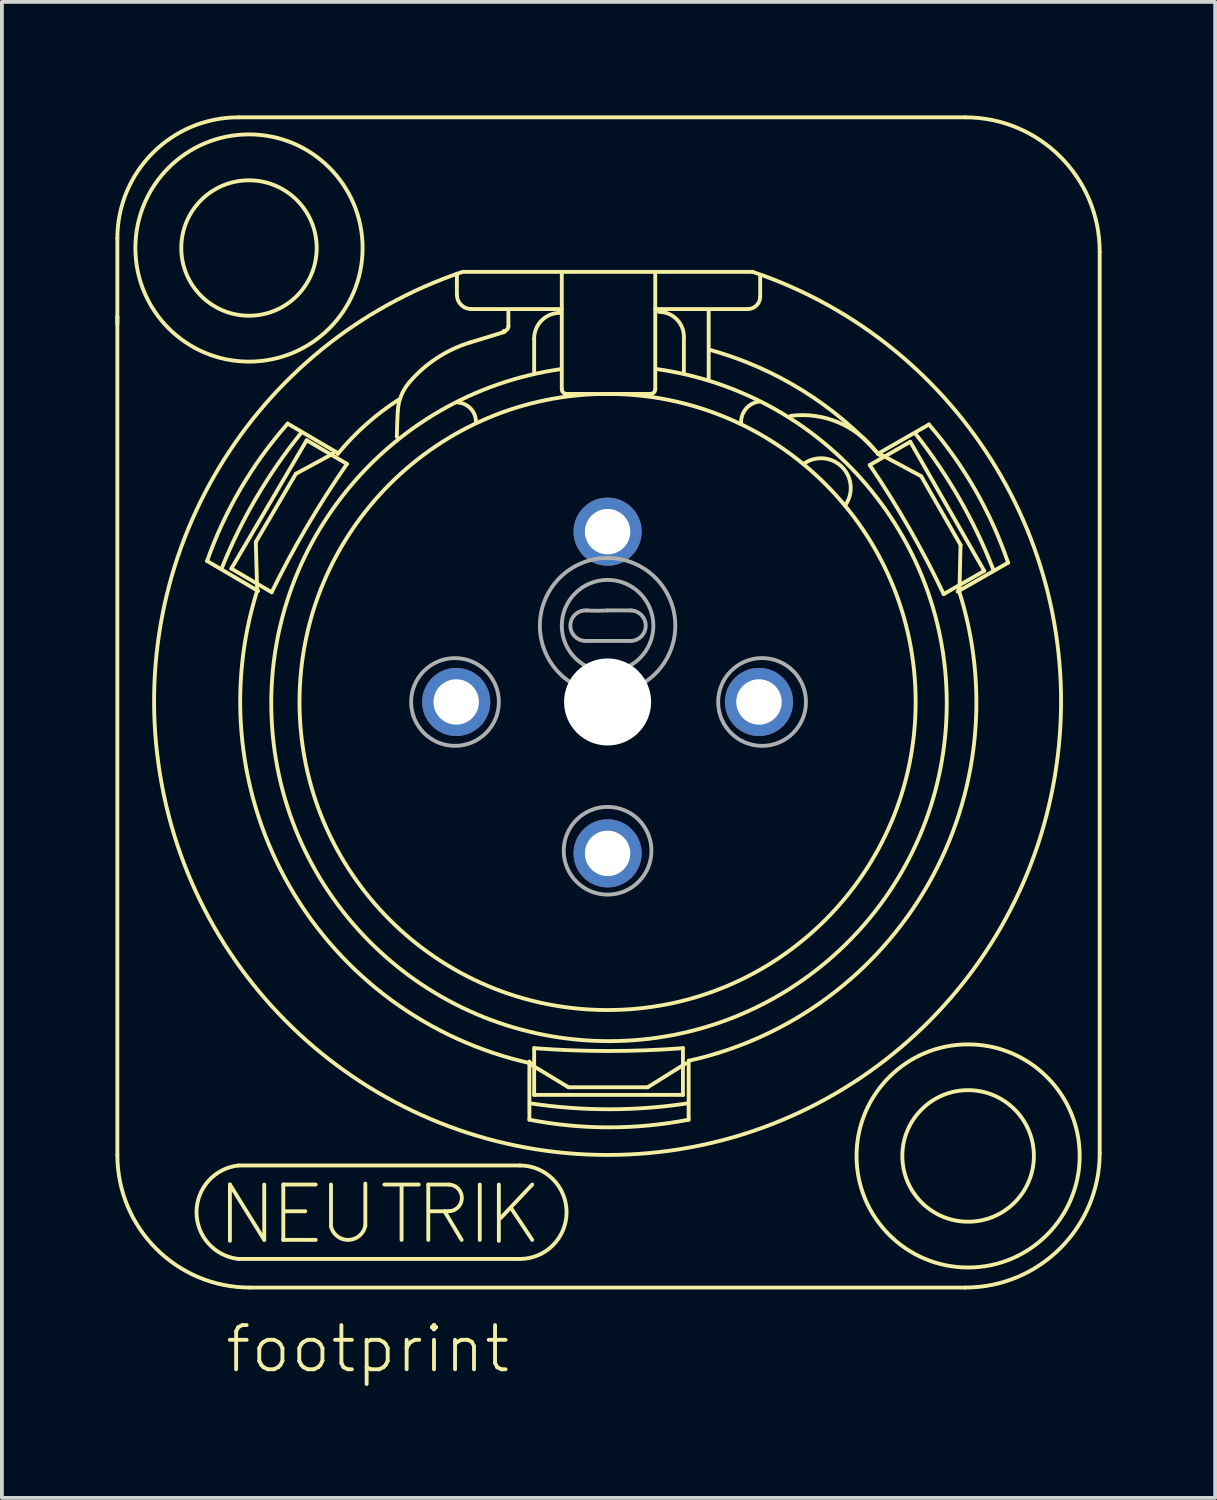
<source format=kicad_pcb>
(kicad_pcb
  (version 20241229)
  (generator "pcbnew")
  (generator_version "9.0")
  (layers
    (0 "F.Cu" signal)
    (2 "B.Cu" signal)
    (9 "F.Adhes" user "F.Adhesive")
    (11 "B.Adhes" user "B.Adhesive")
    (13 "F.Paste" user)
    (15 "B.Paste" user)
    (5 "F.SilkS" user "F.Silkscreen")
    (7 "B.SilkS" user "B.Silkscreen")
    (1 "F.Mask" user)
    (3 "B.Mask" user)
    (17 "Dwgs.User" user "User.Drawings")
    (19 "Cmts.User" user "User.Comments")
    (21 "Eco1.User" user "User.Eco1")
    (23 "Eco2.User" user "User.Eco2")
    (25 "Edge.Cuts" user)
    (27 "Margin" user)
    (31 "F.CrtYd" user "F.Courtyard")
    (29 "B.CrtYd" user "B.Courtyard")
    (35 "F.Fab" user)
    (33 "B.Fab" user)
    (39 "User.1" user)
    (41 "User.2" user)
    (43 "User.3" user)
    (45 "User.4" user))
  (footprint "footprint"
    (layer "F.Cu")
    (at 13.004 15.498)
    (property "Reference" "footprint" (at -10.16 17.78 0) (layer "F.SilkS") (effects (font (size 1.168 1.168) (thickness 0.102)) (justify left bottom)))
    (fp_line (start -12.953 -10.181) (end -12.953 -12.247) (stroke (width 0.102) (type solid)) (layer "F.SilkS"))
    (fp_line (start -12.953 -9.979) (end -12.953 -10.181) (stroke (width 0.102) (type solid)) (layer "F.SilkS"))
    (fp_line (start -12.953 11.97) (end -12.953 -10.181) (stroke (width 0.102) (type solid)) (layer "F.SilkS"))
    (fp_line (start -10.582 -3.725) (end -9.235 -2.934) (stroke (width 0.102) (type solid)) (layer "F.SilkS"))
    (fp_line (start -9.979 12.751) (end -9.072 14.213) (stroke (width 0.102) (type solid)) (layer "F.SilkS"))
    (fp_line (start -9.979 14.238) (end -9.979 12.751) (stroke (width 0.102) (type solid)) (layer "F.SilkS"))
    (fp_line (start -9.941 -3.524) (end -7.951 -6.915) (stroke (width 0.102) (type solid)) (layer "F.SilkS"))
    (fp_line (start -9.752 -15.448) (end 9.45 -15.448) (stroke (width 0.102) (type solid)) (layer "F.SilkS"))
    (fp_line (start -9.752 12.247) (end -2.318 12.247) (stroke (width 0.102) (type solid)) (layer "F.SilkS"))
    (fp_line (start -9.295 -4.226) (end -9.262 -3.038) (stroke (width 0.102) (type solid)) (layer "F.SilkS"))
    (fp_line (start -9.072 14.213) (end -9.072 12.751) (stroke (width 0.102) (type solid)) (layer "F.SilkS"))
    (fp_line (start -8.876 -2.899) (end -9.941 -3.524) (stroke (width 0.102) (type solid)) (layer "F.SilkS"))
    (fp_line (start -8.568 12.751) (end -8.568 14.213) (stroke (width 0.102) (type solid)) (layer "F.SilkS"))
    (fp_line (start -8.568 14.213) (end -7.711 14.213) (stroke (width 0.102) (type solid)) (layer "F.SilkS"))
    (fp_line (start -8.518 13.457) (end -7.988 13.457) (stroke (width 0.102) (type solid)) (layer "F.SilkS"))
    (fp_line (start -8.236 -6.03) (end -9.295 -4.226) (stroke (width 0.102) (type solid)) (layer "F.SilkS"))
    (fp_line (start -7.951 -6.915) (end -6.886 -6.29) (stroke (width 0.102) (type solid)) (layer "F.SilkS"))
    (fp_line (start -7.711 12.751) (end -8.568 12.751) (stroke (width 0.102) (type solid)) (layer "F.SilkS"))
    (fp_line (start -7.308 12.751) (end -7.308 13.86) (stroke (width 0.102) (type solid)) (layer "F.SilkS"))
    (fp_line (start -7.252 -6.563) (end -8.236 -6.03) (stroke (width 0.102) (type solid)) (layer "F.SilkS"))
    (fp_line (start -7.127 -6.577) (end -8.453 -7.355) (stroke (width 0.102) (type solid)) (layer "F.SilkS"))
    (fp_line (start -6.401 13.835) (end -6.401 12.726) (stroke (width 0.102) (type solid)) (layer "F.SilkS"))
    (fp_line (start -5.897 12.751) (end -4.99 12.751) (stroke (width 0.102) (type solid)) (layer "F.SilkS"))
    (fp_line (start -5.443 12.776) (end -5.443 14.213) (stroke (width 0.102) (type solid)) (layer "F.SilkS"))
    (fp_line (start -4.738 12.751) (end -4.183 12.751) (stroke (width 0.102) (type solid)) (layer "F.SilkS"))
    (fp_line (start -4.738 14.213) (end -4.738 12.751) (stroke (width 0.102) (type solid)) (layer "F.SilkS"))
    (fp_line (start -4.309 13.457) (end -4.687 13.457) (stroke (width 0.102) (type solid)) (layer "F.SilkS"))
    (fp_line (start -4.309 13.457) (end -3.856 14.213) (stroke (width 0.102) (type solid)) (layer "F.SilkS"))
    (fp_line (start -4.208 13.457) (end -4.309 13.457) (stroke (width 0.102) (type solid)) (layer "F.SilkS"))
    (fp_line (start -3.982 -11.315) (end -3.982 -10.76) (stroke (width 0.102) (type solid)) (layer "F.SilkS"))
    (fp_line (start -3.805 -11.365) (end 3.83 -11.365) (stroke (width 0.102) (type solid)) (layer "F.SilkS"))
    (fp_line (start -3.604 -10.382) (end -1.21 -10.382) (stroke (width 0.102) (type solid)) (layer "F.SilkS"))
    (fp_line (start -3.377 12.751) (end -3.377 14.213) (stroke (width 0.102) (type solid)) (layer "F.SilkS"))
    (fp_line (start -2.873 12.751) (end -2.873 14.238) (stroke (width 0.102) (type solid)) (layer "F.SilkS"))
    (fp_line (start -2.722 -9.778) (end -3.629 -9.5) (stroke (width 0.102) (type solid)) (layer "F.SilkS"))
    (fp_line (start -2.621 -10.307) (end -2.621 -9.929) (stroke (width 0.102) (type solid)) (layer "F.SilkS"))
    (fp_line (start -2.545 13.381) (end -1.991 14.213) (stroke (width 0.102) (type solid)) (layer "F.SilkS"))
    (fp_line (start -2.318 14.717) (end -9.752 14.717) (stroke (width 0.102) (type solid)) (layer "F.SilkS"))
    (fp_line (start -2.066 9.5) (end -2.066 11.038) (stroke (width 0.102) (type solid)) (layer "F.SilkS"))
    (fp_line (start -1.991 9.601) (end -1.033 10.181) (stroke (width 0.102) (type solid)) (layer "F.SilkS"))
    (fp_line (start -1.991 12.751) (end -2.822 13.633) (stroke (width 0.102) (type solid)) (layer "F.SilkS"))
    (fp_line (start -1.94 -8.719) (end -1.94 -9.601) (stroke (width 0.102) (type solid)) (layer "F.SilkS"))
    (fp_line (start -1.94 10.382) (end -1.94 9.148) (stroke (width 0.102) (type solid)) (layer "F.SilkS"))
    (fp_line (start -1.21 -11.315) (end -1.21 -8.266) (stroke (width 0.102) (type solid)) (layer "F.SilkS"))
    (fp_line (start -1.084 -8.14) (end 1.134 -8.14) (stroke (width 0.102) (type solid)) (layer "F.SilkS"))
    (fp_line (start -1.033 10.181) (end 1.058 10.181) (stroke (width 0.102) (type solid)) (layer "F.SilkS"))
    (fp_line (start 1.058 10.181) (end 2.066 9.551) (stroke (width 0.102) (type solid)) (layer "F.SilkS"))
    (fp_line (start 1.26 -10.382) (end 3.704 -10.382) (stroke (width 0.102) (type solid)) (layer "F.SilkS"))
    (fp_line (start 1.26 -8.266) (end 1.26 -11.315) (stroke (width 0.102) (type solid)) (layer "F.SilkS"))
    (fp_line (start 1.991 9.148) (end 1.991 10.382) (stroke (width 0.102) (type solid)) (layer "F.SilkS"))
    (fp_line (start 1.991 10.382) (end -1.94 10.382) (stroke (width 0.102) (type solid)) (layer "F.SilkS"))
    (fp_line (start 2.016 -8.694) (end 2.016 -9.652) (stroke (width 0.102) (type solid)) (layer "F.SilkS"))
    (fp_line (start 2.142 11.038) (end 2.142 9.475) (stroke (width 0.102) (type solid)) (layer "F.SilkS"))
    (fp_line (start 2.671 -8.543) (end 2.671 -10.332) (stroke (width 0.102) (type solid)) (layer "F.SilkS"))
    (fp_line (start 4.032 -10.71) (end 4.032 -11.239) (stroke (width 0.102) (type solid)) (layer "F.SilkS"))
    (fp_line (start 6.927 -6.261) (end 7.998 -6.875) (stroke (width 0.102) (type solid)) (layer "F.SilkS"))
    (fp_line (start 7.998 -6.875) (end 9.952 -3.463) (stroke (width 0.102) (type solid)) (layer "F.SilkS"))
    (fp_line (start 8.287 -5.965) (end 7.239 -6.527) (stroke (width 0.102) (type solid)) (layer "F.SilkS"))
    (fp_line (start 8.492 -7.332) (end 7.136 -6.555) (stroke (width 0.102) (type solid)) (layer "F.SilkS"))
    (fp_line (start 9.249 -2.916) (end 10.583 -3.68) (stroke (width 0.102) (type solid)) (layer "F.SilkS"))
    (fp_line (start 9.299 -3.031) (end 9.326 -4.15) (stroke (width 0.102) (type solid)) (layer "F.SilkS"))
    (fp_line (start 9.326 -4.15) (end 8.287 -5.965) (stroke (width 0.102) (type solid)) (layer "F.SilkS"))
    (fp_line (start 9.45 15.473) (end -9.45 15.473) (stroke (width 0.102) (type solid)) (layer "F.SilkS"))
    (fp_line (start 9.952 -3.463) (end 8.88 -2.85) (stroke (width 0.102) (type solid)) (layer "F.SilkS"))
    (fp_line (start 13.003 -11.894) (end 13.003 11.92) (stroke (width 0.102) (type solid)) (layer "F.SilkS"))
    (fp_arc (start -12.9528 -12.2472) (mid -12.015425 -14.510225) (end -9.7524 -15.4476) (stroke (width 0.1016) (type solid)) (layer "F.SilkS"))
    (fp_arc (start -10.5822 -3.7251) (mid -9.691784 -5.642311) (end -8.4526 -7.3549) (stroke (width 0.1016) (type solid)) (layer "F.SilkS"))
    (fp_arc (start -10.1872 -3.5518) (mid -9.279417 -5.400363) (end -8.1086 -7.0946) (stroke (width 0.1016) (type solid)) (layer "F.SilkS"))
    (fp_arc (start -9.7524 14.7168) (mid -10.861431 13.482) (end -9.7524 12.2472) (stroke (width 0.1016) (type solid)) (layer "F.SilkS"))
    (fp_arc (start -9.45 15.4728) (mid -11.926854 14.446854) (end -12.9528 11.97) (stroke (width 0.1016) (type solid)) (layer "F.SilkS"))
    (fp_arc (start -8.8756 -2.8991) (mid -7.945374 -4.632279) (end -6.8862 -6.2898) (stroke (width 0.1016) (type solid)) (layer "F.SilkS"))
    (fp_arc (start -7.1316 -6.552) (mid -6.381797 -7.333748) (end -5.5188 -7.9884) (stroke (width 0.1016) (type solid)) (layer "F.SilkS"))
    (fp_arc (start -6.400798 13.8348) (mid -6.844213 14.214098) (end -7.308 13.86) (stroke (width 0.1016) (type solid)) (layer "F.SilkS"))
    (fp_arc (start -5.5692 -7.0056) (mid -5.559696 -7.345915) (end -5.544 -7.686) (stroke (width 0.1016) (type solid)) (layer "F.SilkS"))
    (fp_arc (start -5.544 -7.686) (mid -5.454836 -8.088814) (end -5.2416 -8.442) (stroke (width 0.1016) (type solid)) (layer "F.SilkS"))
    (fp_arc (start -5.2416 -8.442) (mid -4.510913 -9.086572) (end -3.6288 -9.5004) (stroke (width 0.1016) (type solid)) (layer "F.SilkS"))
    (fp_arc (start -4.1832 12.7512) (mid -3.852274 13.116267) (end -4.208398 13.456799) (stroke (width 0.1016) (type solid)) (layer "F.SilkS"))
    (fp_arc (start -3.9564 -7.9128) (mid -3.619262 -7.753652) (end -3.477599 -7.408801) (stroke (width 0.1016) (type solid)) (layer "F.SilkS"))
    (fp_arc (start -3.6036 -10.3824) (mid -3.870886 -10.493114) (end -3.9816 -10.7604) (stroke (width 0.1016) (type solid)) (layer "F.SilkS"))
    (fp_arc (start -2.6208 -9.9288) (mid -2.657705 -9.839705) (end -2.7468 -9.8028) (stroke (width 0.1016) (type solid)) (layer "F.SilkS"))
    (fp_arc (start -2.3184 12.2472) (mid -1.0836 13.482) (end -2.3184 14.7168) (stroke (width 0.1016) (type solid)) (layer "F.SilkS"))
    (fp_arc (start -2.016001 9.550799) (mid -8.395454 4.884281) (end -9.2484 -2.9736) (stroke (width 0.1016) (type solid)) (layer "F.SilkS"))
    (fp_arc (start -1.9404 -9.6012) (mid -1.741115 -10.082315) (end -1.26 -10.2816) (stroke (width 0.1016) (type solid)) (layer "F.SilkS"))
    (fp_arc (start -1.0836 -8.1396) (mid -1.172695 -8.176505) (end -1.2096 -8.2656) (stroke (width 0.1016) (type solid)) (layer "F.SilkS"))
    (fp_arc (start 1.26 -8.2656) (mid 1.223095 -8.176505) (end 1.134 -8.1396) (stroke (width 0.1016) (type solid)) (layer "F.SilkS"))
    (fp_arc (start 1.3104 -8.7948) (mid 0.0378 8.961605) (end -1.2348 -8.7948) (stroke (width 0.1016) (type solid)) (layer "F.SilkS"))
    (fp_arc (start 1.3608 -10.3068) (mid 1.824096 -10.114896) (end 2.016 -9.6516) (stroke (width 0.1016) (type solid)) (layer "F.SilkS"))
    (fp_arc (start 1.9908 9.1476) (mid 0.0252 9.222351) (end -1.9404 9.1476) (stroke (width 0.1016) (type solid)) (layer "F.SilkS"))
    (fp_arc (start 2.0916 10.6092) (mid 0.0378 10.761684) (end -2.016 10.6092) (stroke (width 0.1016) (type solid)) (layer "F.SilkS"))
    (fp_arc (start 2.142 11.0376) (mid 0.0378 11.239782) (end -2.0664 11.0376) (stroke (width 0.1016) (type solid)) (layer "F.SilkS"))
    (fp_arc (start 2.721599 -9.2988) (mid 5.149852 -8.231484) (end 7.182 -6.5268) (stroke (width 0.1016) (type solid)) (layer "F.SilkS"))
    (fp_arc (start 3.528 -7.3584) (mid 3.652983 -7.742718) (end 4.006799 -7.937999) (stroke (width 0.1016) (type solid)) (layer "F.SilkS"))
    (fp_arc (start 3.8304 -11.3652) (mid 0 11.968781) (end -3.8304 -11.3652) (stroke (width 0.1016) (type solid)) (layer "F.SilkS"))
    (fp_arc (start 4.032 -10.71) (mid 3.936048 -10.478352) (end 3.7044 -10.3824) (stroke (width 0.1016) (type solid)) (layer "F.SilkS"))
    (fp_arc (start 4.8384 -7.56) (mid 6.084142 -7.392894) (end 7.0812 -6.6276) (stroke (width 0.1016) (type solid)) (layer "F.SilkS"))
    (fp_arc (start 5.1912 -6.3) (mid 6.201229 -6.203186) (end 6.274798 -5.191198) (stroke (width 0.1016) (type solid)) (layer "F.SilkS"))
    (fp_arc (start 6.9267 -6.2611) (mid 7.968417 -4.592549) (end 8.8804 -2.8497) (stroke (width 0.1016) (type solid)) (layer "F.SilkS"))
    (fp_arc (start 8.1449 -7.0749) (mid 9.297919 -5.368482) (end 10.1863 -3.5105) (stroke (width 0.1016) (type solid)) (layer "F.SilkS"))
    (fp_arc (start 8.4916 -7.3316) (mid 9.71279 -5.606127) (end 10.5831 -3.6797) (stroke (width 0.1016) (type solid)) (layer "F.SilkS"))
    (fp_arc (start 9.273599 -2.973601) (mid 8.469423 4.82008) (end 2.1672 9.4752) (stroke (width 0.1016) (type solid)) (layer "F.SilkS"))
    (fp_arc (start 9.45 -15.4476) (mid 11.962492 -14.406892) (end 13.0032 -11.8944) (stroke (width 0.1016) (type solid)) (layer "F.SilkS"))
    (fp_arc (start 13.0032 11.9196) (mid 11.962492 14.432092) (end 9.45 15.4728) (stroke (width 0.1016) (type solid)) (layer "F.SilkS"))
    (fp_circle (center -9.475 -11.995) (end -7.686 -11.995) (stroke (width 0.102) (type solid)) (fill no) (layer "F.SilkS"))
    (fp_circle (center -9.475 -11.995) (end -6.473 -11.995) (stroke (width 0.102) (type solid)) (fill no) (layer "F.SilkS"))
    (fp_circle (center 0 0) (end 8.14 0) (stroke (width 0.102) (type solid)) (fill no) (layer "F.SilkS"))
    (fp_circle (center 9.526 11.995) (end 11.264 11.995) (stroke (width 0.102) (type solid)) (fill no) (layer "F.SilkS"))
    (fp_circle (center 9.526 11.995) (end 12.474 11.995) (stroke (width 0.102) (type solid)) (fill no) (layer "F.SilkS"))
    (fp_line (start 0 -2.419) (end 0.605 -2.419) (stroke (width 0.102) (type solid)) (layer "F.Fab"))
    (fp_line (start 0.605 -1.613) (end -0.58 -1.613) (stroke (width 0.102) (type solid)) (layer "F.Fab"))
    (fp_arc (start -0.5796 -1.6128) (mid -0.982995 -2.029) (end -0.554398 -2.419198) (stroke (width 0.1016) (type solid)) (layer "F.Fab"))
    (fp_arc (start 0 -2.4192) (mid -0.2772 -2.41054) (end -0.5544 -2.4192) (stroke (width 0.1016) (type solid)) (layer "F.Fab"))
    (fp_arc (start 0.6048 -2.4192) (mid 1.008 -2.016) (end 0.6048 -1.6128) (stroke (width 0.1016) (type solid)) (layer "F.Fab"))
    (fp_circle (center -4.032 0) (end -2.873 0) (stroke (width 0.102) (type solid)) (fill no) (layer "F.Fab"))
    (fp_circle (center 0 -2.016) (end 1.21 -2.016) (stroke (width 0.102) (type solid)) (fill no) (layer "F.Fab"))
    (fp_circle (center 0 -2.016) (end 1.789 -2.016) (stroke (width 0.102) (type solid)) (fill no) (layer "F.Fab"))
    (fp_circle (center 0 3.931) (end 1.159 3.931) (stroke (width 0.102) (type solid)) (fill no) (layer "F.Fab"))
    (fp_circle (center 4.082 0) (end 5.242 0) (stroke (width 0.102) (type solid)) (fill no) (layer "F.Fab"))
    (pad "" np_thru_hole circle (at 0 0) (size 2.3 2.3) (drill 2.3) (layers "*.Cu" "*.Mask"))
    (pad "1" thru_hole circle (at -4 0) (size 1.8 1.8) (drill 1.2) (layers "*.Cu" "*.Mask"))
    (pad "2" thru_hole circle (at 4 0) (size 1.8 1.8) (drill 1.2) (layers "*.Cu" "*.Mask"))
    (pad "3" thru_hole circle (at 0 4) (size 1.8 1.8) (drill 1.2) (layers "*.Cu" "*.Mask"))
    (pad "G" thru_hole circle (at 0 -4.5) (size 1.8 1.8) (drill 1.2) (layers "*.Cu" "*.Mask")))
  (gr_rect
    (start -3 -3)
    (end 29.058 36.529)
    (stroke (width 0.1) (type default))
    (fill no)
    (layer "Edge.Cuts")))
</source>
